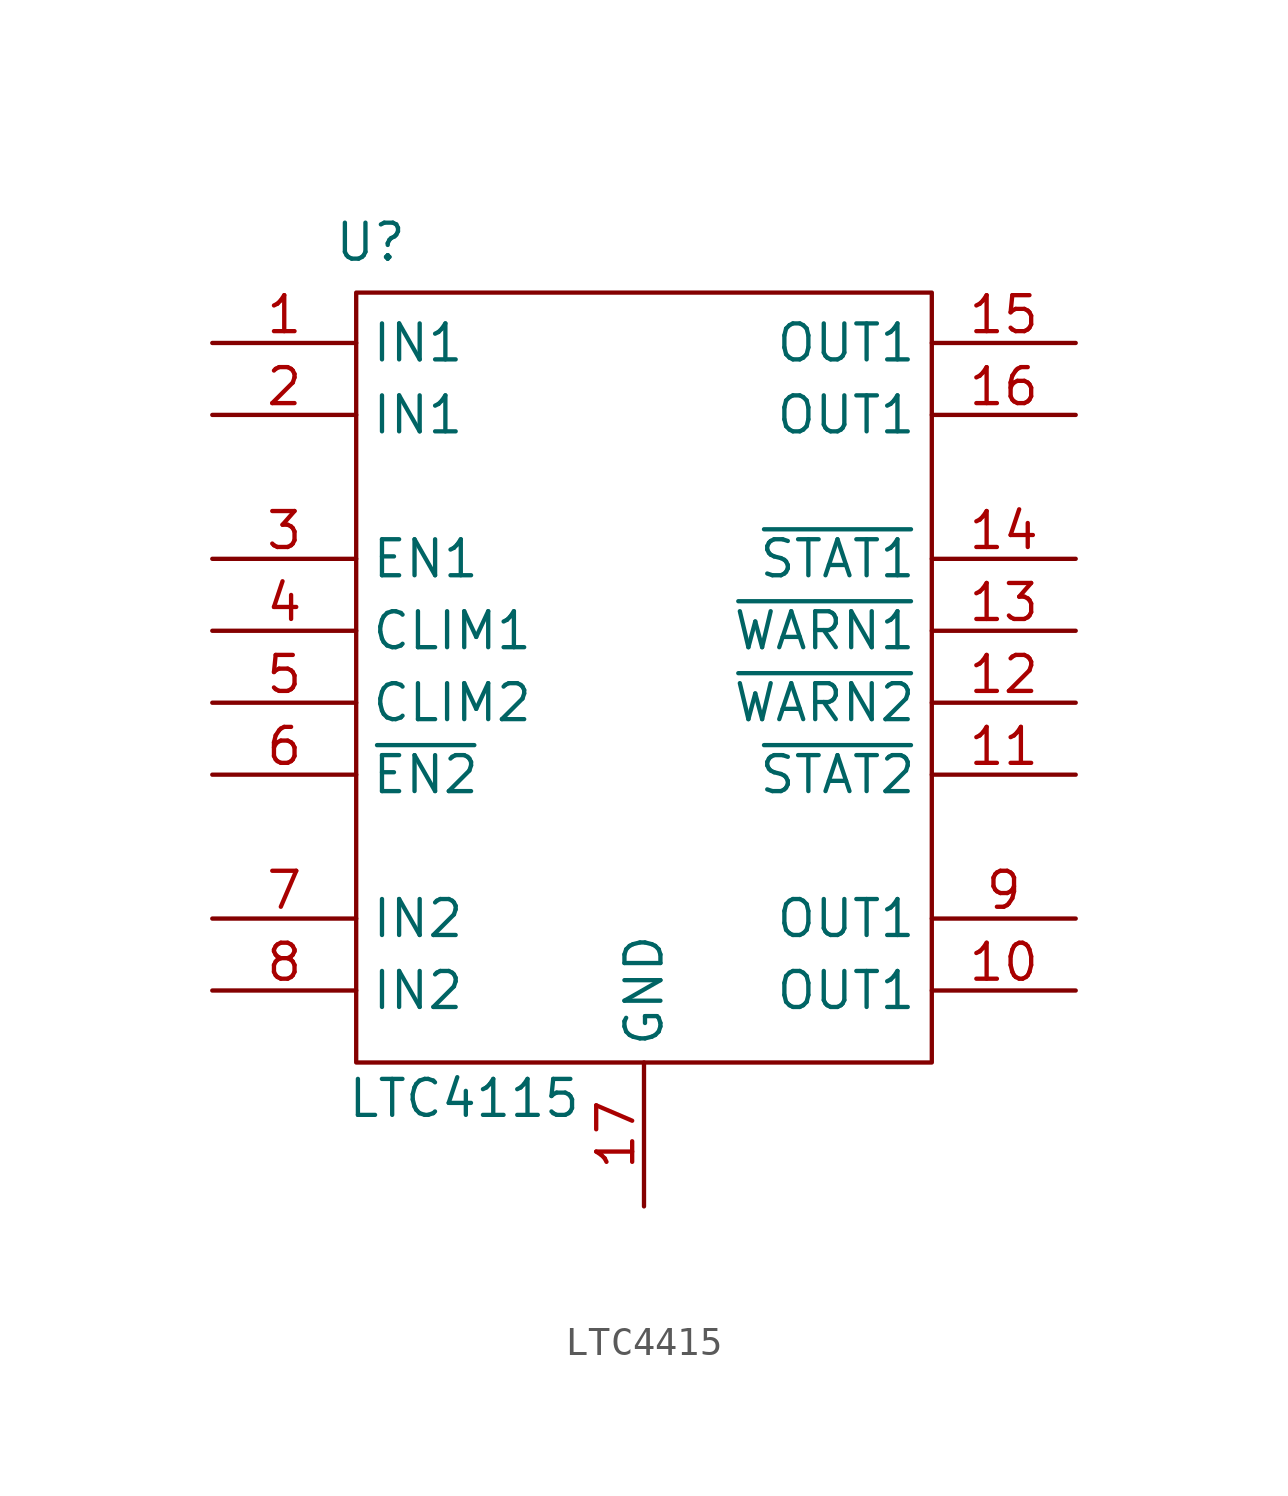
<source format=kicad_sym>
(kicad_symbol_lib
  (version 20241209)
  (generator "kicad_symbol_editor")
  (generator_version "9.0")
  (symbol "LTC4415"
    (property "Reference" "U"
      (at -9.652 -1.524 0)
      (effects (font (size 1.27 1.27))))
    (property "Value" "LTC4115"
      (at -6.35 -31.75 0)
      (effects (font (size 1.27 1.27))))
    (symbol "LTC4415_0_1"
      (rectangle (start -10.16 -3.302) (end 10.16 -30.48) (stroke (width 0) (type default)) (fill (type none))))
    (symbol "LTC4415_1_1"
      (pin power_in line (at -15.24 -5.08 0) (length 5.08) (name "IN1" (effects (font (size 1.27 1.27)))) (number "1" (effects (font (size 1.27 1.27)))))
      (pin power_in line (at -15.24 -7.62 0) (length 5.08) (name "IN1" (effects (font (size 1.27 1.27)))) (number "2" (effects (font (size 1.27 1.27)))))
      (pin input line (at -15.24 -12.7 0) (length 5.08) (name "EN1" (effects (font (size 1.27 1.27)))) (number "3" (effects (font (size 1.27 1.27)))))
      (pin passive line (at -15.24 -15.24 0) (length 5.08) (name "CLIM1" (effects (font (size 1.27 1.27)))) (number "4" (effects (font (size 1.27 1.27)))))
      (pin passive line (at -15.24 -17.78 0) (length 5.08) (name "CLIM2" (effects (font (size 1.27 1.27)))) (number "5" (effects (font (size 1.27 1.27)))))
      (pin input line (at -15.24 -20.32 0) (length 5.08) (name "~{EN2}" (effects (font (size 1.27 1.27)))) (number "6" (effects (font (size 1.27 1.27)))))
      (pin power_in line (at -15.24 -25.4 0) (length 5.08) (name "IN2" (effects (font (size 1.27 1.27)))) (number "7" (effects (font (size 1.27 1.27)))))
      (pin power_in line (at -15.24 -27.94 0) (length 5.08) (name "IN2" (effects (font (size 1.27 1.27)))) (number "8" (effects (font (size 1.27 1.27)))))
      (pin power_in line (at 0 -35.56 90) (length 5.08) (name "GND" (effects (font (size 1.27 1.27)))) (number "17" (effects (font (size 1.27 1.27)))))
      (pin power_out line (at 15.24 -5.08 180) (length 5.08) (name "OUT1" (effects (font (size 1.27 1.27)))) (number "15" (effects (font (size 1.27 1.27)))))
      (pin power_out line (at 15.24 -7.62 180) (length 5.08) (name "OUT1" (effects (font (size 1.27 1.27)))) (number "16" (effects (font (size 1.27 1.27)))))
      (pin output line (at 15.24 -12.7 180) (length 5.08) (name "~{STAT1}" (effects (font (size 1.27 1.27)))) (number "14" (effects (font (size 1.27 1.27)))))
      (pin output line (at 15.24 -15.24 180) (length 5.08) (name "~{WARN1}" (effects (font (size 1.27 1.27)))) (number "13" (effects (font (size 1.27 1.27)))))
      (pin output line (at 15.24 -17.78 180) (length 5.08) (name "~{WARN2}" (effects (font (size 1.27 1.27)))) (number "12" (effects (font (size 1.27 1.27)))))
      (pin output line (at 15.24 -20.32 180) (length 5.08) (name "~{STAT2}" (effects (font (size 1.27 1.27)))) (number "11" (effects (font (size 1.27 1.27)))))
      (pin power_out line (at 15.24 -25.4 180) (length 5.08) (name "OUT1" (effects (font (size 1.27 1.27)))) (number "9" (effects (font (size 1.27 1.27)))))
      (pin power_out line (at 15.24 -27.94 180) (length 5.08) (name "OUT1" (effects (font (size 1.27 1.27)))) (number "10" (effects (font (size 1.27 1.27))))))))
</source>
